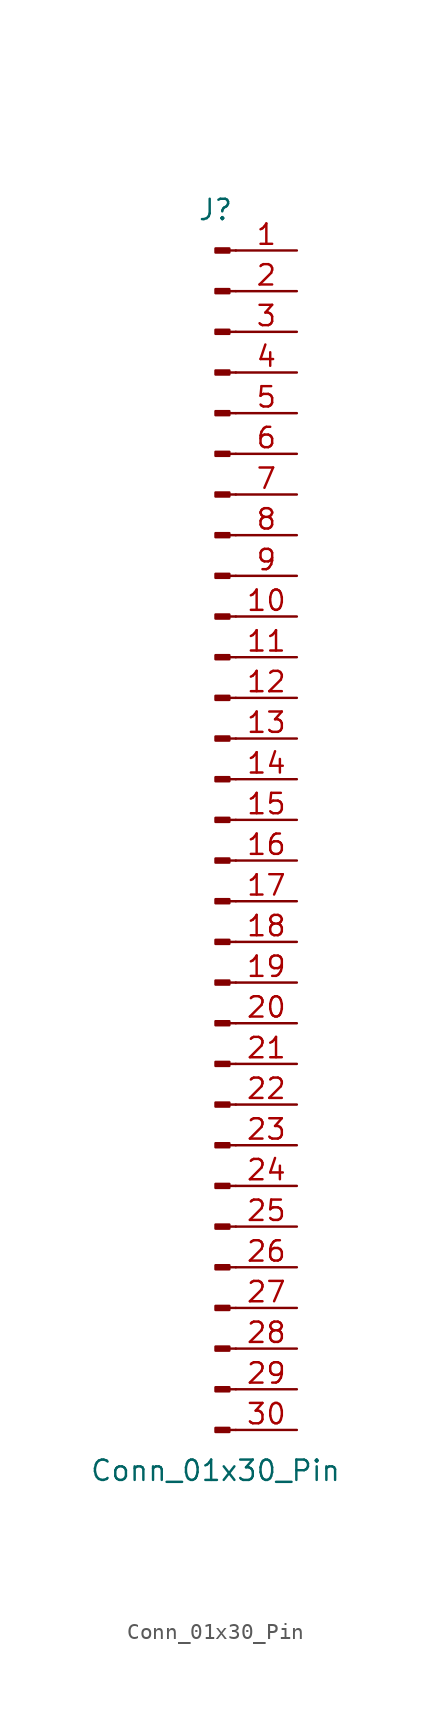
<source format=kicad_sym>
(kicad_symbol_lib
  (version 20220914)
  (generator kicad_symbol_editor)
  (symbol "Conn_01x30_Pin"
    (pin_names
      (offset 1.016) hide)
    (property "Reference" "J"
      (at 0 38.1 0)
      (effects (font (size 1.27 1.27))))
    (property "Value" "Conn_01x30_Pin"
      (at 0 -40.64 0)
      (effects (font (size 1.27 1.27))))
    (property "ki_locked" ""
      (at 0 0 0)
      (effects (font (size 1.27 1.27))))
    (symbol "Conn_01x30_Pin_1_1"
      (polyline (pts (xy 1.27 -38.1) (xy 0.864 -38.1)) (stroke (width 0.152) (type default)) (fill (type none)))
      (polyline (pts (xy 1.27 -35.56) (xy 0.864 -35.56)) (stroke (width 0.152) (type default)) (fill (type none)))
      (polyline (pts (xy 1.27 -33.02) (xy 0.864 -33.02)) (stroke (width 0.152) (type default)) (fill (type none)))
      (polyline (pts (xy 1.27 -30.48) (xy 0.864 -30.48)) (stroke (width 0.152) (type default)) (fill (type none)))
      (polyline (pts (xy 1.27 -27.94) (xy 0.864 -27.94)) (stroke (width 0.152) (type default)) (fill (type none)))
      (polyline (pts (xy 1.27 -25.4) (xy 0.864 -25.4)) (stroke (width 0.152) (type default)) (fill (type none)))
      (polyline (pts (xy 1.27 -22.86) (xy 0.864 -22.86)) (stroke (width 0.152) (type default)) (fill (type none)))
      (polyline (pts (xy 1.27 -20.32) (xy 0.864 -20.32)) (stroke (width 0.152) (type default)) (fill (type none)))
      (polyline (pts (xy 1.27 -17.78) (xy 0.864 -17.78)) (stroke (width 0.152) (type default)) (fill (type none)))
      (polyline (pts (xy 1.27 -15.24) (xy 0.864 -15.24)) (stroke (width 0.152) (type default)) (fill (type none)))
      (polyline (pts (xy 1.27 -12.7) (xy 0.864 -12.7)) (stroke (width 0.152) (type default)) (fill (type none)))
      (polyline (pts (xy 1.27 -10.16) (xy 0.864 -10.16)) (stroke (width 0.152) (type default)) (fill (type none)))
      (polyline (pts (xy 1.27 -7.62) (xy 0.864 -7.62)) (stroke (width 0.152) (type default)) (fill (type none)))
      (polyline (pts (xy 1.27 -5.08) (xy 0.864 -5.08)) (stroke (width 0.152) (type default)) (fill (type none)))
      (polyline (pts (xy 1.27 -2.54) (xy 0.864 -2.54)) (stroke (width 0.152) (type default)) (fill (type none)))
      (polyline (pts (xy 1.27 0) (xy 0.864 0)) (stroke (width 0.152) (type default)) (fill (type none)))
      (polyline (pts (xy 1.27 2.54) (xy 0.864 2.54)) (stroke (width 0.152) (type default)) (fill (type none)))
      (polyline (pts (xy 1.27 5.08) (xy 0.864 5.08)) (stroke (width 0.152) (type default)) (fill (type none)))
      (polyline (pts (xy 1.27 7.62) (xy 0.864 7.62)) (stroke (width 0.152) (type default)) (fill (type none)))
      (polyline (pts (xy 1.27 10.16) (xy 0.864 10.16)) (stroke (width 0.152) (type default)) (fill (type none)))
      (polyline (pts (xy 1.27 12.7) (xy 0.864 12.7)) (stroke (width 0.152) (type default)) (fill (type none)))
      (polyline (pts (xy 1.27 15.24) (xy 0.864 15.24)) (stroke (width 0.152) (type default)) (fill (type none)))
      (polyline (pts (xy 1.27 17.78) (xy 0.864 17.78)) (stroke (width 0.152) (type default)) (fill (type none)))
      (polyline (pts (xy 1.27 20.32) (xy 0.864 20.32)) (stroke (width 0.152) (type default)) (fill (type none)))
      (polyline (pts (xy 1.27 22.86) (xy 0.864 22.86)) (stroke (width 0.152) (type default)) (fill (type none)))
      (polyline (pts (xy 1.27 25.4) (xy 0.864 25.4)) (stroke (width 0.152) (type default)) (fill (type none)))
      (polyline (pts (xy 1.27 27.94) (xy 0.864 27.94)) (stroke (width 0.152) (type default)) (fill (type none)))
      (polyline (pts (xy 1.27 30.48) (xy 0.864 30.48)) (stroke (width 0.152) (type default)) (fill (type none)))
      (polyline (pts (xy 1.27 33.02) (xy 0.864 33.02)) (stroke (width 0.152) (type default)) (fill (type none)))
      (polyline (pts (xy 1.27 35.56) (xy 0.864 35.56)) (stroke (width 0.152) (type default)) (fill (type none)))
      (rectangle (start 0.864 -37.973) (end 0 -38.227) (stroke (width 0.152) (type default)) (fill (type outline)))
      (rectangle (start 0.864 -35.433) (end 0 -35.687) (stroke (width 0.152) (type default)) (fill (type outline)))
      (rectangle (start 0.864 -32.893) (end 0 -33.147) (stroke (width 0.152) (type default)) (fill (type outline)))
      (rectangle (start 0.864 -30.353) (end 0 -30.607) (stroke (width 0.152) (type default)) (fill (type outline)))
      (rectangle (start 0.864 -27.813) (end 0 -28.067) (stroke (width 0.152) (type default)) (fill (type outline)))
      (rectangle (start 0.864 -25.273) (end 0 -25.527) (stroke (width 0.152) (type default)) (fill (type outline)))
      (rectangle (start 0.864 -22.733) (end 0 -22.987) (stroke (width 0.152) (type default)) (fill (type outline)))
      (rectangle (start 0.864 -20.193) (end 0 -20.447) (stroke (width 0.152) (type default)) (fill (type outline)))
      (rectangle (start 0.864 -17.653) (end 0 -17.907) (stroke (width 0.152) (type default)) (fill (type outline)))
      (rectangle (start 0.864 -15.113) (end 0 -15.367) (stroke (width 0.152) (type default)) (fill (type outline)))
      (rectangle (start 0.864 -12.573) (end 0 -12.827) (stroke (width 0.152) (type default)) (fill (type outline)))
      (rectangle (start 0.864 -10.033) (end 0 -10.287) (stroke (width 0.152) (type default)) (fill (type outline)))
      (rectangle (start 0.864 -7.493) (end 0 -7.747) (stroke (width 0.152) (type default)) (fill (type outline)))
      (rectangle (start 0.864 -4.953) (end 0 -5.207) (stroke (width 0.152) (type default)) (fill (type outline)))
      (rectangle (start 0.864 -2.413) (end 0 -2.667) (stroke (width 0.152) (type default)) (fill (type outline)))
      (rectangle (start 0.864 0.127) (end 0 -0.127) (stroke (width 0.152) (type default)) (fill (type outline)))
      (rectangle (start 0.864 2.667) (end 0 2.413) (stroke (width 0.152) (type default)) (fill (type outline)))
      (rectangle (start 0.864 5.207) (end 0 4.953) (stroke (width 0.152) (type default)) (fill (type outline)))
      (rectangle (start 0.864 7.747) (end 0 7.493) (stroke (width 0.152) (type default)) (fill (type outline)))
      (rectangle (start 0.864 10.287) (end 0 10.033) (stroke (width 0.152) (type default)) (fill (type outline)))
      (rectangle (start 0.864 12.827) (end 0 12.573) (stroke (width 0.152) (type default)) (fill (type outline)))
      (rectangle (start 0.864 15.367) (end 0 15.113) (stroke (width 0.152) (type default)) (fill (type outline)))
      (rectangle (start 0.864 17.907) (end 0 17.653) (stroke (width 0.152) (type default)) (fill (type outline)))
      (rectangle (start 0.864 20.447) (end 0 20.193) (stroke (width 0.152) (type default)) (fill (type outline)))
      (rectangle (start 0.864 22.987) (end 0 22.733) (stroke (width 0.152) (type default)) (fill (type outline)))
      (rectangle (start 0.864 25.527) (end 0 25.273) (stroke (width 0.152) (type default)) (fill (type outline)))
      (rectangle (start 0.864 28.067) (end 0 27.813) (stroke (width 0.152) (type default)) (fill (type outline)))
      (rectangle (start 0.864 30.607) (end 0 30.353) (stroke (width 0.152) (type default)) (fill (type outline)))
      (rectangle (start 0.864 33.147) (end 0 32.893) (stroke (width 0.152) (type default)) (fill (type outline)))
      (rectangle (start 0.864 35.687) (end 0 35.433) (stroke (width 0.152) (type default)) (fill (type outline)))
      (pin passive line (at 5.08 35.56 180) (length 3.81) (name "Pin_1" (effects (font (size 1.27 1.27)))) (number "1" (effects (font (size 1.27 1.27)))))
      (pin passive line (at 5.08 12.7 180) (length 3.81) (name "Pin_10" (effects (font (size 1.27 1.27)))) (number "10" (effects (font (size 1.27 1.27)))))
      (pin passive line (at 5.08 10.16 180) (length 3.81) (name "Pin_11" (effects (font (size 1.27 1.27)))) (number "11" (effects (font (size 1.27 1.27)))))
      (pin passive line (at 5.08 7.62 180) (length 3.81) (name "Pin_12" (effects (font (size 1.27 1.27)))) (number "12" (effects (font (size 1.27 1.27)))))
      (pin passive line (at 5.08 5.08 180) (length 3.81) (name "Pin_13" (effects (font (size 1.27 1.27)))) (number "13" (effects (font (size 1.27 1.27)))))
      (pin passive line (at 5.08 2.54 180) (length 3.81) (name "Pin_14" (effects (font (size 1.27 1.27)))) (number "14" (effects (font (size 1.27 1.27)))))
      (pin passive line (at 5.08 0 180) (length 3.81) (name "Pin_15" (effects (font (size 1.27 1.27)))) (number "15" (effects (font (size 1.27 1.27)))))
      (pin passive line (at 5.08 -2.54 180) (length 3.81) (name "Pin_16" (effects (font (size 1.27 1.27)))) (number "16" (effects (font (size 1.27 1.27)))))
      (pin passive line (at 5.08 -5.08 180) (length 3.81) (name "Pin_17" (effects (font (size 1.27 1.27)))) (number "17" (effects (font (size 1.27 1.27)))))
      (pin passive line (at 5.08 -7.62 180) (length 3.81) (name "Pin_18" (effects (font (size 1.27 1.27)))) (number "18" (effects (font (size 1.27 1.27)))))
      (pin passive line (at 5.08 -10.16 180) (length 3.81) (name "Pin_19" (effects (font (size 1.27 1.27)))) (number "19" (effects (font (size 1.27 1.27)))))
      (pin passive line (at 5.08 33.02 180) (length 3.81) (name "Pin_2" (effects (font (size 1.27 1.27)))) (number "2" (effects (font (size 1.27 1.27)))))
      (pin passive line (at 5.08 -12.7 180) (length 3.81) (name "Pin_20" (effects (font (size 1.27 1.27)))) (number "20" (effects (font (size 1.27 1.27)))))
      (pin passive line (at 5.08 -15.24 180) (length 3.81) (name "Pin_21" (effects (font (size 1.27 1.27)))) (number "21" (effects (font (size 1.27 1.27)))))
      (pin passive line (at 5.08 -17.78 180) (length 3.81) (name "Pin_22" (effects (font (size 1.27 1.27)))) (number "22" (effects (font (size 1.27 1.27)))))
      (pin passive line (at 5.08 -20.32 180) (length 3.81) (name "Pin_23" (effects (font (size 1.27 1.27)))) (number "23" (effects (font (size 1.27 1.27)))))
      (pin passive line (at 5.08 -22.86 180) (length 3.81) (name "Pin_24" (effects (font (size 1.27 1.27)))) (number "24" (effects (font (size 1.27 1.27)))))
      (pin passive line (at 5.08 -25.4 180) (length 3.81) (name "Pin_25" (effects (font (size 1.27 1.27)))) (number "25" (effects (font (size 1.27 1.27)))))
      (pin passive line (at 5.08 -27.94 180) (length 3.81) (name "Pin_26" (effects (font (size 1.27 1.27)))) (number "26" (effects (font (size 1.27 1.27)))))
      (pin passive line (at 5.08 -30.48 180) (length 3.81) (name "Pin_27" (effects (font (size 1.27 1.27)))) (number "27" (effects (font (size 1.27 1.27)))))
      (pin passive line (at 5.08 -33.02 180) (length 3.81) (name "Pin_28" (effects (font (size 1.27 1.27)))) (number "28" (effects (font (size 1.27 1.27)))))
      (pin passive line (at 5.08 -35.56 180) (length 3.81) (name "Pin_29" (effects (font (size 1.27 1.27)))) (number "29" (effects (font (size 1.27 1.27)))))
      (pin passive line (at 5.08 30.48 180) (length 3.81) (name "Pin_3" (effects (font (size 1.27 1.27)))) (number "3" (effects (font (size 1.27 1.27)))))
      (pin passive line (at 5.08 -38.1 180) (length 3.81) (name "Pin_30" (effects (font (size 1.27 1.27)))) (number "30" (effects (font (size 1.27 1.27)))))
      (pin passive line (at 5.08 27.94 180) (length 3.81) (name "Pin_4" (effects (font (size 1.27 1.27)))) (number "4" (effects (font (size 1.27 1.27)))))
      (pin passive line (at 5.08 25.4 180) (length 3.81) (name "Pin_5" (effects (font (size 1.27 1.27)))) (number "5" (effects (font (size 1.27 1.27)))))
      (pin passive line (at 5.08 22.86 180) (length 3.81) (name "Pin_6" (effects (font (size 1.27 1.27)))) (number "6" (effects (font (size 1.27 1.27)))))
      (pin passive line (at 5.08 20.32 180) (length 3.81) (name "Pin_7" (effects (font (size 1.27 1.27)))) (number "7" (effects (font (size 1.27 1.27)))))
      (pin passive line (at 5.08 17.78 180) (length 3.81) (name "Pin_8" (effects (font (size 1.27 1.27)))) (number "8" (effects (font (size 1.27 1.27)))))
      (pin passive line (at 5.08 15.24 180) (length 3.81) (name "Pin_9" (effects (font (size 1.27 1.27)))) (number "9" (effects (font (size 1.27 1.27))))))))
</source>
